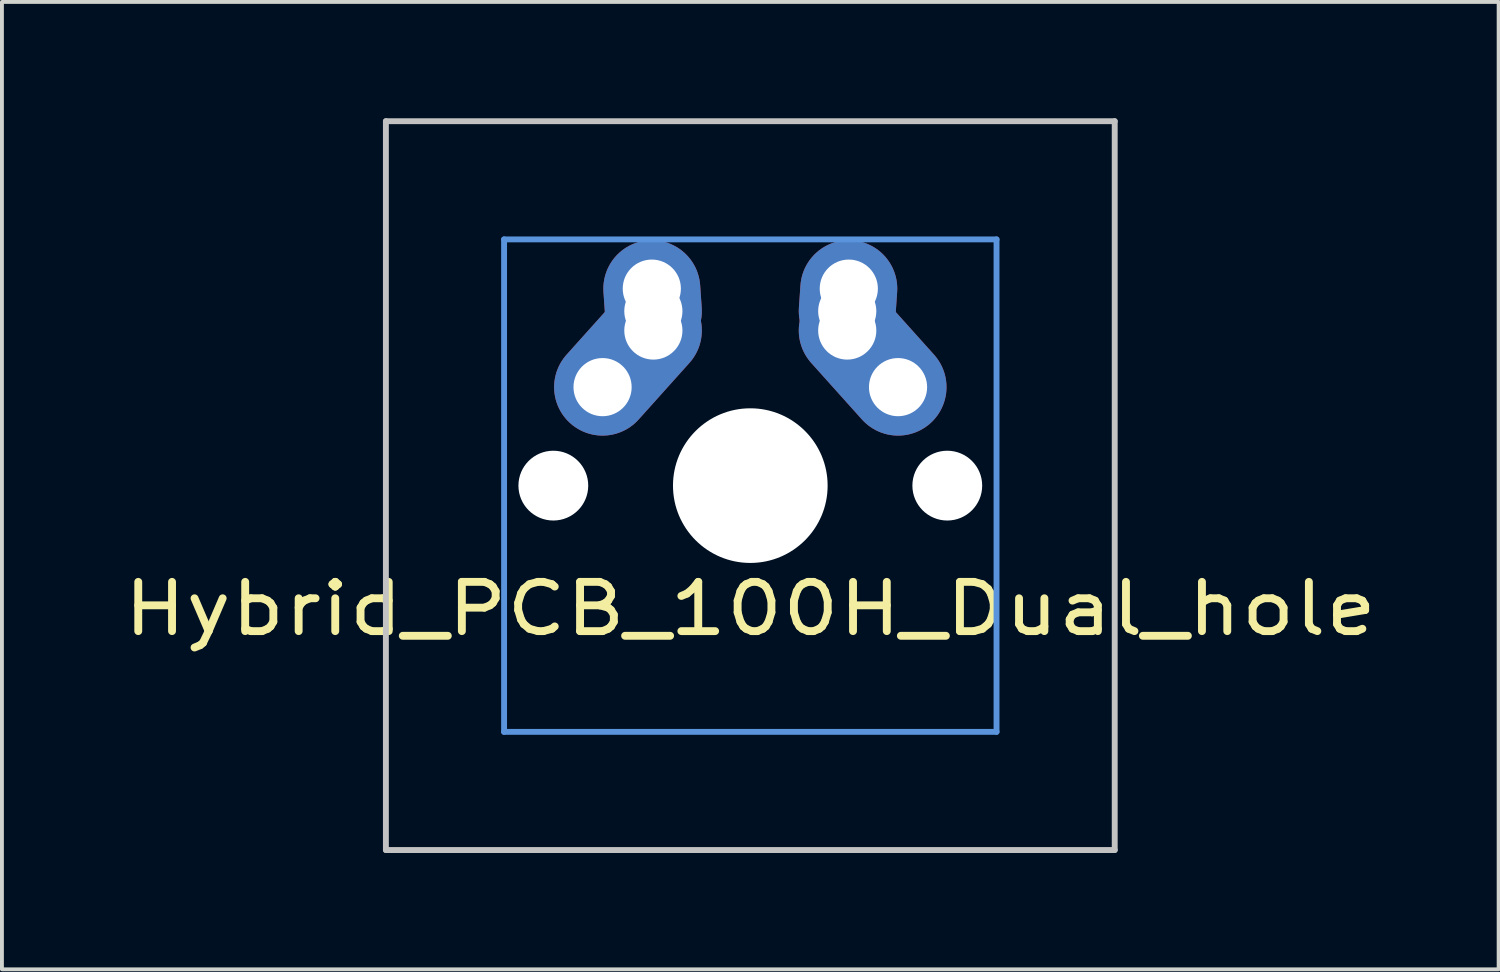
<source format=kicad_pcb>
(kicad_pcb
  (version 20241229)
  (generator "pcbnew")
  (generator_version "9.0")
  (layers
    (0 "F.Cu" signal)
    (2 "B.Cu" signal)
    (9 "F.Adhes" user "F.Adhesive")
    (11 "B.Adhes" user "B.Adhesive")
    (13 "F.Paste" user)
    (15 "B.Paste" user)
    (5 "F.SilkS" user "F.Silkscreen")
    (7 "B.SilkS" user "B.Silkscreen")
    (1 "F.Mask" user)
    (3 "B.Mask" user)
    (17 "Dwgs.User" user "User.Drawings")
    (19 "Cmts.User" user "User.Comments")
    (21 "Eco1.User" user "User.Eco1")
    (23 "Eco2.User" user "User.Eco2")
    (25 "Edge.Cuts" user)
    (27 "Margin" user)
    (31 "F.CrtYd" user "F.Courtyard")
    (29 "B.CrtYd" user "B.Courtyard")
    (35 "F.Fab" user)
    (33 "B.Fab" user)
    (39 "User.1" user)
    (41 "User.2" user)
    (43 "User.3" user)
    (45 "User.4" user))
  (footprint "Hybrid_PCB_100H_Dual_hole"
    (layer "F.Cu")
    (at 16.3 9.474)
    (property "Reference" "Hybrid_PCB_100H_Dual_hole" (at 0 3.175 0) (layer "F.SilkS") (effects (font (size 1.27 1.524) (thickness 0.203))))
    (attr through_hole)
    (fp_line (start -9.398 -9.398) (end 9.398 -9.398) (stroke (width 0.152) (type solid)) (layer "Dwgs.User"))
    (fp_line (start -9.398 9.398) (end -9.398 -9.398) (stroke (width 0.152) (type solid)) (layer "Dwgs.User"))
    (fp_line (start 9.398 -9.398) (end 9.398 9.398) (stroke (width 0.152) (type solid)) (layer "Dwgs.User"))
    (fp_line (start 9.398 9.398) (end -9.398 9.398) (stroke (width 0.152) (type solid)) (layer "Dwgs.User"))
    (fp_line (start -6.35 -6.35) (end 6.35 -6.35) (stroke (width 0.152) (type solid)) (layer "Cmts.User"))
    (fp_line (start -6.35 6.35) (end -6.35 -6.35) (stroke (width 0.152) (type solid)) (layer "Cmts.User"))
    (fp_line (start 6.35 -6.35) (end 6.35 6.35) (stroke (width 0.152) (type solid)) (layer "Cmts.User"))
    (fp_line (start 6.35 6.35) (end -6.35 6.35) (stroke (width 0.152) (type solid)) (layer "Cmts.User"))
    (fp_line (start -6.985 -6.985) (end 6.985 -6.985) (stroke (width 0.152) (type solid)) (layer "Eco2.User"))
    (fp_line (start -6.985 6.985) (end -6.985 -6.985) (stroke (width 0.152) (type solid)) (layer "Eco2.User"))
    (fp_line (start 6.985 -6.985) (end 6.985 6.985) (stroke (width 0.152) (type solid)) (layer "Eco2.User"))
    (fp_line (start 6.985 6.985) (end -6.985 6.985) (stroke (width 0.152) (type solid)) (layer "Eco2.User"))
    (pad "" np_thru_hole circle (at -5.08 0) (size 1.8 1.8) (drill 1.8) (layers "*.Cu"))
    (pad "" np_thru_hole circle (at 0 0) (size 3.988 3.988) (drill 3.988) (layers "*.Cu"))
    (pad "" np_thru_hole circle (at 5.08 0) (size 1.8 1.8) (drill 1.8) (layers "*.Cu"))
    (pad "1" thru_hole circle (at -3.81 -2.54 330.95) (size 2 2) (drill 1.5) (layers "*.Cu" "*.Mask"))
    (pad "1" smd oval (at -3.155 -3.27 138.1) (size 2.5 4.462) (layers "F.Cu" "F.Mask" "F.Paste"))
    (pad "1" smd oval (at -3.155 -3.27 138.1) (size 2.5 4.462) (layers "B.Cu" "B.Mask" "B.Paste"))
    (pad "1" thru_hole circle (at -2.54 -5.08 330.95) (size 2 2) (drill 1.5) (layers "*.Cu" "*.Mask"))
    (pad "1" smd oval (at -2.52 -4.79 3.945) (size 2.5 3.081) (layers "F.Cu" "F.Mask" "F.Paste"))
    (pad "1" smd oval (at -2.52 -4.79 3.945) (size 2.5 3.081) (layers "B.Cu" "B.Mask" "B.Paste"))
    (pad "1" thru_hole circle (at -2.5 -4.5 330.95) (size 2 2) (drill 1.5) (layers "*.Cu" "*.Mask"))
    (pad "1" thru_hole circle (at -2.5 -4 330.95) (size 2 2) (drill 1.5) (layers "*.Cu" "*.Mask"))
    (pad "2" thru_hole circle (at 2.5 -4.5 330.95) (size 2 2) (drill 1.5) (layers "*.Cu" "*.Mask"))
    (pad "2" thru_hole circle (at 2.5 -4) (size 2 2) (drill 1.5) (layers "*.Cu" "*.Mask"))
    (pad "2" smd oval (at 2.52 -4.79 356.055) (size 2.5 3.081) (layers "F.Cu" "F.Mask" "F.Paste"))
    (pad "2" smd oval (at 2.52 -4.79 356.055) (size 2.5 3.081) (layers "B.Cu" "B.Mask" "B.Paste"))
    (pad "2" thru_hole circle (at 2.54 -5.08 330.95) (size 2 2) (drill 1.5) (layers "*.Cu" "*.Mask"))
    (pad "2" smd oval (at 3.155 -3.27 221.9) (size 2.5 4.462) (layers "F.Cu" "F.Mask" "F.Paste"))
    (pad "2" smd oval (at 3.155 -3.27 221.9) (size 2.5 4.462) (layers "B.Cu" "B.Mask" "B.Paste"))
    (pad "2" thru_hole circle (at 3.81 -2.54 330.95) (size 2 2) (drill 1.5) (layers "*.Cu" "*.Mask")))
  (gr_rect
    (start -3 -3)
    (end 35.599 21.948)
    (stroke (width 0.1) (type default))
    (fill no)
    (layer "Edge.Cuts")))
</source>
